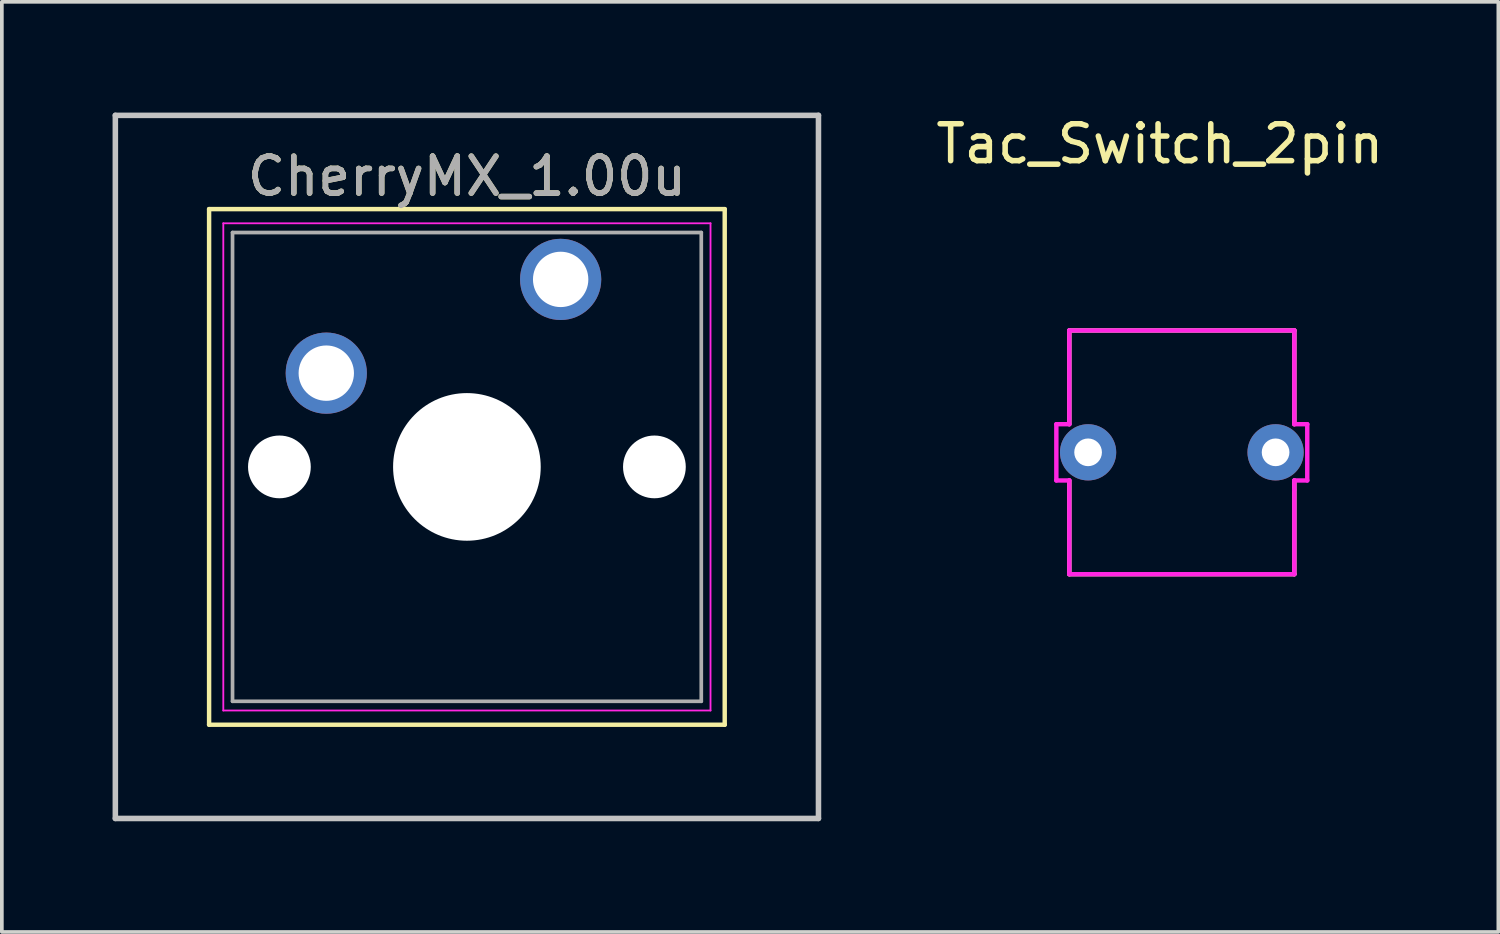
<source format=kicad_pcb>
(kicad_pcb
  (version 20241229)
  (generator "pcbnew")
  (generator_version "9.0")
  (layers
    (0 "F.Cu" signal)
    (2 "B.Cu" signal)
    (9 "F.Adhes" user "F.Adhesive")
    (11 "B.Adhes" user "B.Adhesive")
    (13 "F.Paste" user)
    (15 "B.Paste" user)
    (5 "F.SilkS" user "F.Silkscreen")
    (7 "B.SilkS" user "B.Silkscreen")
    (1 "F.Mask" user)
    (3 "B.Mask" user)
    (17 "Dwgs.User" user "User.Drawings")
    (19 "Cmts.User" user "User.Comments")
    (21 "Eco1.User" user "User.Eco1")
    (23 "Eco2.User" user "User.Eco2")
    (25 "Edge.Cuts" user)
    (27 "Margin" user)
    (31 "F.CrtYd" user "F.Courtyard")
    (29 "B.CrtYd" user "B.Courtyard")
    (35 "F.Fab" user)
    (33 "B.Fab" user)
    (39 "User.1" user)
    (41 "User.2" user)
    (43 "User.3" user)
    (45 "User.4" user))
  (footprint "CherryMX_1.00u"
    (layer "F.Cu")
    (at 12.14 4.52)
    (property "Reference" "CherryMX_1.00u" (at -2.54 -2.794 0) (layer "F.SilkS") (effects (font (size 1 1) (thickness 0.15))))
    (attr through_hole)
    (fp_line (start -9.525 -1.905) (end 4.445 -1.905) (stroke (width 0.12) (type solid)) (layer "F.SilkS"))
    (fp_line (start -9.525 12.065) (end -9.525 -1.905) (stroke (width 0.12) (type solid)) (layer "F.SilkS"))
    (fp_line (start 4.445 -1.905) (end 4.445 12.065) (stroke (width 0.12) (type solid)) (layer "F.SilkS"))
    (fp_line (start 4.445 12.065) (end -9.525 12.065) (stroke (width 0.12) (type solid)) (layer "F.SilkS"))
    (fp_line (start -12.065 -4.445) (end 6.985 -4.445) (stroke (width 0.15) (type solid)) (layer "Dwgs.User"))
    (fp_line (start -12.065 14.605) (end -12.065 -4.445) (stroke (width 0.15) (type solid)) (layer "Dwgs.User"))
    (fp_line (start 6.985 -4.445) (end 6.985 14.605) (stroke (width 0.15) (type solid)) (layer "Dwgs.User"))
    (fp_line (start 6.985 14.605) (end -12.065 14.605) (stroke (width 0.15) (type solid)) (layer "Dwgs.User"))
    (fp_line (start -9.14 -1.52) (end 4.06 -1.52) (stroke (width 0.05) (type solid)) (layer "F.CrtYd"))
    (fp_line (start -9.14 11.68) (end -9.14 -1.52) (stroke (width 0.05) (type solid)) (layer "F.CrtYd"))
    (fp_line (start 4.06 -1.52) (end 4.06 11.68) (stroke (width 0.05) (type solid)) (layer "F.CrtYd"))
    (fp_line (start 4.06 11.68) (end -9.14 11.68) (stroke (width 0.05) (type solid)) (layer "F.CrtYd"))
    (fp_line (start -8.89 -1.27) (end 3.81 -1.27) (stroke (width 0.1) (type solid)) (layer "F.Fab"))
    (fp_line (start -8.89 11.43) (end -8.89 -1.27) (stroke (width 0.1) (type solid)) (layer "F.Fab"))
    (fp_line (start 3.81 -1.27) (end 3.81 11.43) (stroke (width 0.1) (type solid)) (layer "F.Fab"))
    (fp_line (start 3.81 11.43) (end -8.89 11.43) (stroke (width 0.1) (type solid)) (layer "F.Fab"))
    (fp_text user "${REFERENCE}" (at -2.54 -2.794 0) (layer "F.Fab") (effects (font (size 1 1) (thickness 0.15))))
    (pad "" np_thru_hole circle (at -7.62 5.08) (size 1.7 1.7) (drill 1.7) (layers "*.Cu" "*.Mask"))
    (pad "" np_thru_hole circle (at -2.54 5.08) (size 4 4) (drill 4) (layers "*.Cu" "*.Mask"))
    (pad "" np_thru_hole circle (at 2.54 5.08) (size 1.7 1.7) (drill 1.7) (layers "*.Cu" "*.Mask"))
    (pad "1" thru_hole circle (at 0 0) (size 2.2 2.2) (drill 1.5) (layers "*.Cu" "*.Mask"))
    (pad "2" thru_hole circle (at -6.35 2.54) (size 2.2 2.2) (drill 1.5) (layers "*.Cu" "*.Mask")))
  (footprint "Tac_Switch_2pin"
    (layer "F.Cu")
    (at 28.97 9.205)
    (property "Reference" "Tac_Switch_2pin" (at -0.597 -8.357 0) (layer "F.SilkS") (effects (font (size 1 1) (thickness 0.15))))
    (attr through_hole)
    (fp_line (start -3.048 -3.302) (end 3.048 -3.302) (stroke (width 0.12) (type solid)) (layer "F.SilkS"))
    (fp_line (start -3.048 -0.762) (end -3.048 -3.302) (stroke (width 0.12) (type solid)) (layer "F.SilkS"))
    (fp_line (start -3.048 3.302) (end -3.048 0.762) (stroke (width 0.12) (type solid)) (layer "F.SilkS"))
    (fp_line (start 3.048 -3.302) (end 3.048 -0.762) (stroke (width 0.12) (type solid)) (layer "F.SilkS"))
    (fp_line (start 3.048 0.762) (end 3.048 3.302) (stroke (width 0.12) (type solid)) (layer "F.SilkS"))
    (fp_line (start 3.048 3.302) (end -3.048 3.302) (stroke (width 0.12) (type solid)) (layer "F.SilkS"))
    (fp_line (start -3.4 -0.762) (end -3.4 0.762) (stroke (width 0.12) (type solid)) (layer "F.CrtYd"))
    (fp_line (start -3.4 -0.762) (end -3.05 -0.762) (stroke (width 0.12) (type solid)) (layer "F.CrtYd"))
    (fp_line (start -3.4 0.762) (end -3.05 0.762) (stroke (width 0.12) (type solid)) (layer "F.CrtYd"))
    (fp_line (start -3.048 -3.302) (end 3.048 -3.302) (stroke (width 0.12) (type solid)) (layer "F.CrtYd"))
    (fp_line (start -3.048 -0.762) (end -3.048 -3.302) (stroke (width 0.12) (type solid)) (layer "F.CrtYd"))
    (fp_line (start -3.048 0.762) (end -3.048 3.302) (stroke (width 0.12) (type solid)) (layer "F.CrtYd"))
    (fp_line (start -3.048 3.302) (end 3.048 3.302) (stroke (width 0.12) (type solid)) (layer "F.CrtYd"))
    (fp_line (start 3.048 -3.302) (end 3.048 -0.762) (stroke (width 0.12) (type solid)) (layer "F.CrtYd"))
    (fp_line (start 3.048 -0.762) (end 3.398 -0.762) (stroke (width 0.12) (type solid)) (layer "F.CrtYd"))
    (fp_line (start 3.048 0.762) (end 3.398 0.762) (stroke (width 0.12) (type solid)) (layer "F.CrtYd"))
    (fp_line (start 3.048 1.016) (end 3.048 0.762) (stroke (width 0.12) (type solid)) (layer "F.CrtYd"))
    (fp_line (start 3.048 3.302) (end 3.048 1.016) (stroke (width 0.12) (type solid)) (layer "F.CrtYd"))
    (fp_line (start 3.398 -0.762) (end 3.398 0.762) (stroke (width 0.12) (type solid)) (layer "F.CrtYd"))
    (pad "1" thru_hole circle (at -2.54 0) (size 1.524 1.524) (drill 0.75) (layers "*.Cu" "*.Mask"))
    (pad "2" thru_hole circle (at 2.54 0) (size 1.524 1.524) (drill 0.75) (layers "*.Cu" "*.Mask")))
  (gr_rect
    (start -3 -3)
    (end 37.545 22.2)
    (stroke (width 0.1) (type default))
    (fill no)
    (layer "Edge.Cuts")))
</source>
